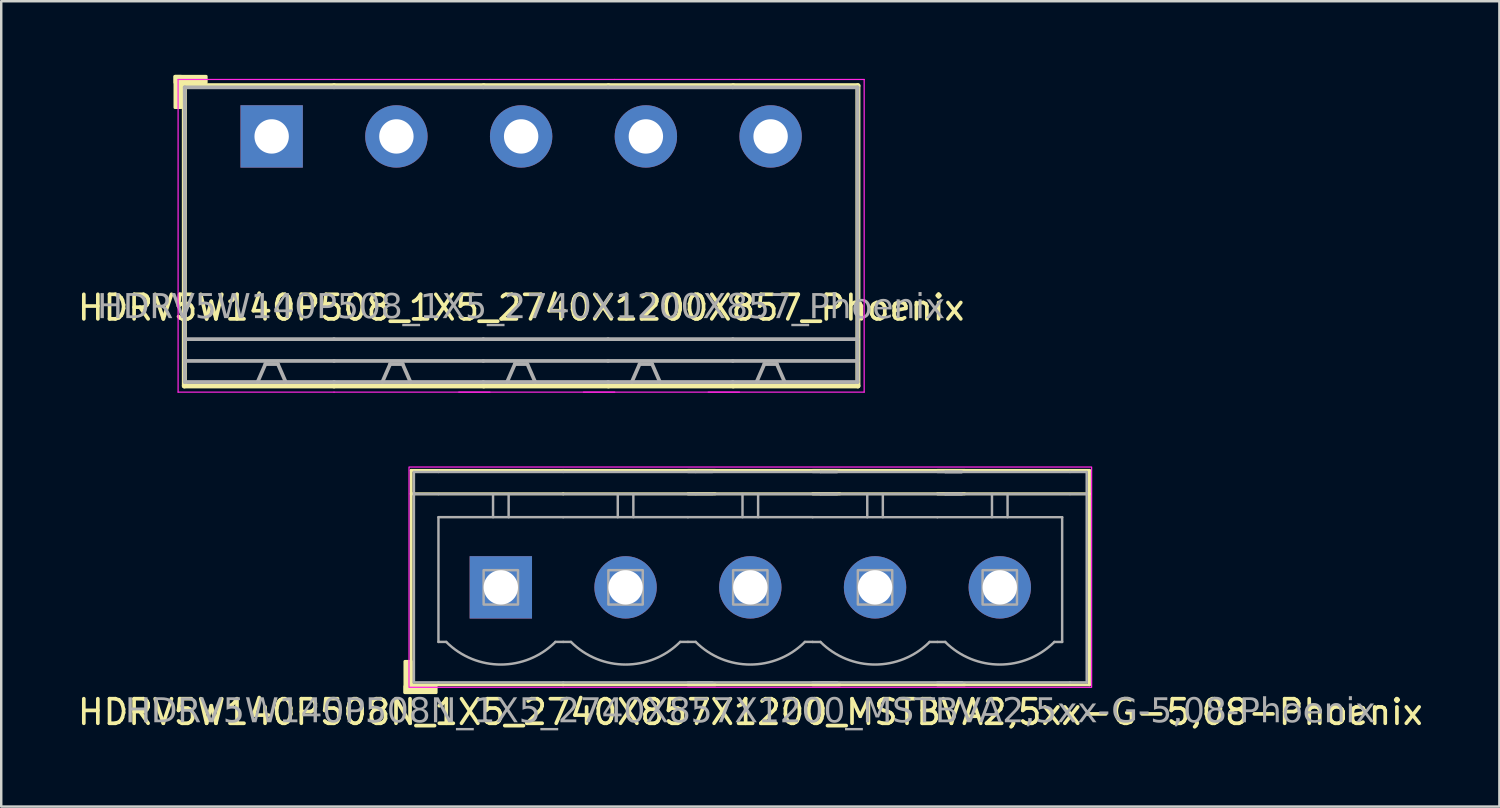
<source format=kicad_pcb>
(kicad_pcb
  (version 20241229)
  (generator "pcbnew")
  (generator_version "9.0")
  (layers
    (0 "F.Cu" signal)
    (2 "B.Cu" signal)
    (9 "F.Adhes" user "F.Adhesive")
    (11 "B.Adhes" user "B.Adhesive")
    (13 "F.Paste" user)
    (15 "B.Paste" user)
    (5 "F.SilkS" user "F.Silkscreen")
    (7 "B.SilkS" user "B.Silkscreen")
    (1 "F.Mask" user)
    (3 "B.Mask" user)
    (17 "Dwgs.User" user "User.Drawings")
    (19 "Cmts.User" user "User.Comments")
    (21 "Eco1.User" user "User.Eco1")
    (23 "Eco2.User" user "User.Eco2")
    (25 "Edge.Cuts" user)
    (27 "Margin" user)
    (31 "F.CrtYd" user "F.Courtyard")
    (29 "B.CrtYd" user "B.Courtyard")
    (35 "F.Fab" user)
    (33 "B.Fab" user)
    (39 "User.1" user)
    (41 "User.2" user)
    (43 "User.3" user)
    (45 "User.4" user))
  (footprint "HDRV5W140P508N_1X5_2740X857X1200_MSTBVA2,5xx-G-5,08-Phoenix"
    (layer "F.Cu")
    (at 27.506 20.87)
    (property "Reference" "HDRV5W140P508N_1X5_2740X857X1200_MSTBVA2,5xx-G-5,08-Phoenix" (at 0 5.08 0) (layer "F.SilkS") (effects (font (size 1 1) (thickness 0.15))))
    (attr through_hole)
    (fp_line (start -13.811 -4.763) (end -13.811 3.969) (stroke (width 0.12) (type solid)) (layer "F.SilkS"))
    (fp_line (start -13.811 -4.763) (end -7.62 -4.763) (stroke (width 0.12) (type solid)) (layer "F.SilkS"))
    (fp_line (start -13.811 -3.81) (end -7.62 -3.81) (stroke (width 0.12) (type solid)) (layer "F.SilkS"))
    (fp_line (start -13.811 3.969) (end -7.62 3.969) (stroke (width 0.12) (type solid)) (layer "F.SilkS"))
    (fp_line (start -1.429 -4.763) (end -7.62 -4.763) (stroke (width 0.12) (type solid)) (layer "F.SilkS"))
    (fp_line (start -1.429 -3.81) (end -7.62 -3.81) (stroke (width 0.12) (type solid)) (layer "F.SilkS"))
    (fp_line (start -1.429 3.969) (end -7.62 3.969) (stroke (width 0.12) (type solid)) (layer "F.SilkS"))
    (fp_line (start 3.651 -4.763) (end -2.54 -4.763) (stroke (width 0.12) (type solid)) (layer "F.SilkS"))
    (fp_line (start 3.651 -3.81) (end -2.54 -3.81) (stroke (width 0.12) (type solid)) (layer "F.SilkS"))
    (fp_line (start 3.651 3.969) (end -2.54 3.969) (stroke (width 0.12) (type solid)) (layer "F.SilkS"))
    (fp_line (start 8.731 -4.763) (end 2.54 -4.763) (stroke (width 0.12) (type solid)) (layer "F.SilkS"))
    (fp_line (start 8.731 -3.81) (end 2.54 -3.81) (stroke (width 0.12) (type solid)) (layer "F.SilkS"))
    (fp_line (start 8.731 3.969) (end 2.54 3.969) (stroke (width 0.12) (type solid)) (layer "F.SilkS"))
    (fp_line (start 13.811 -4.763) (end 7.62 -4.763) (stroke (width 0.12) (type solid)) (layer "F.SilkS"))
    (fp_line (start 13.811 -4.763) (end 13.811 3.969) (stroke (width 0.12) (type solid)) (layer "F.SilkS"))
    (fp_line (start 13.811 -3.81) (end 7.62 -3.81) (stroke (width 0.12) (type solid)) (layer "F.SilkS"))
    (fp_line (start 13.811 3.969) (end 7.62 3.969) (stroke (width 0.12) (type solid)) (layer "F.SilkS"))
    (fp_rect (start -13.811 3.016) (end -14.065 4.286) (stroke (width 0.12) (type solid)) (fill yes) (layer "F.SilkS"))
    (fp_rect (start -12.795 4.286) (end -14.065 4.032) (stroke (width 0.12) (type solid)) (fill yes) (layer "F.SilkS"))
    (fp_rect (start -13.9 -4.9) (end 13.9 4.07) (stroke (width 0.05) (type default)) (fill no) (layer "F.CrtYd"))
    (fp_line (start -13.7 -4.7) (end -13.7 3.87) (stroke (width 0.1) (type solid)) (layer "F.Fab"))
    (fp_line (start -13.7 -3.8) (end -12.7 -3.8) (stroke (width 0.1) (type solid)) (layer "F.Fab"))
    (fp_line (start -12.7 -4.7) (end -13.7 -4.7) (stroke (width 0.1) (type solid)) (layer "F.Fab"))
    (fp_line (start -12.7 -4.7) (end -7.62 -4.7) (stroke (width 0.1) (type solid)) (layer "F.Fab"))
    (fp_line (start -12.7 -2.858) (end -7.62 -2.858) (stroke (width 0.1) (type default)) (layer "F.Fab"))
    (fp_line (start -12.7 2.222) (end -12.7 -2.858) (stroke (width 0.1) (type default)) (layer "F.Fab"))
    (fp_line (start -12.7 3.87) (end -13.7 3.87) (stroke (width 0.1) (type solid)) (layer "F.Fab"))
    (fp_line (start -12.7 3.87) (end -7.62 3.87) (stroke (width 0.1) (type solid)) (layer "F.Fab"))
    (fp_line (start -12.383 2.222) (end -12.7 2.222) (stroke (width 0.1) (type default)) (layer "F.Fab"))
    (fp_line (start -10.477 -3.8) (end -10.477 -2.858) (stroke (width 0.1) (type default)) (layer "F.Fab"))
    (fp_line (start -9.842 -3.8) (end -9.842 -2.858) (stroke (width 0.1) (type default)) (layer "F.Fab"))
    (fp_line (start -7.62 -4.7) (end -2.223 -4.7) (stroke (width 0.1) (type solid)) (layer "F.Fab"))
    (fp_line (start -7.62 -3.8) (end -12.7 -3.8) (stroke (width 0.1) (type solid)) (layer "F.Fab"))
    (fp_line (start -7.62 -2.858) (end -2.54 -2.858) (stroke (width 0.1) (type default)) (layer "F.Fab"))
    (fp_line (start -7.62 2.222) (end -7.938 2.222) (stroke (width 0.1) (type default)) (layer "F.Fab"))
    (fp_line (start -7.62 3.87) (end -2.223 3.87) (stroke (width 0.1) (type solid)) (layer "F.Fab"))
    (fp_line (start -7.303 2.222) (end -7.62 2.222) (stroke (width 0.1) (type default)) (layer "F.Fab"))
    (fp_line (start -5.397 -3.8) (end -5.397 -2.858) (stroke (width 0.1) (type default)) (layer "F.Fab"))
    (fp_line (start -4.763 -3.8) (end -4.763 -2.858) (stroke (width 0.1) (type default)) (layer "F.Fab"))
    (fp_line (start -2.54 -4.7) (end 2.857 -4.7) (stroke (width 0.1) (type solid)) (layer "F.Fab"))
    (fp_line (start -2.54 -2.858) (end 2.54 -2.858) (stroke (width 0.1) (type default)) (layer "F.Fab"))
    (fp_line (start -2.54 2.222) (end -2.857 2.222) (stroke (width 0.1) (type default)) (layer "F.Fab"))
    (fp_line (start -2.54 3.87) (end 2.857 3.87) (stroke (width 0.1) (type solid)) (layer "F.Fab"))
    (fp_line (start -2.223 -4.7) (end -1.54 -4.7) (stroke (width 0.1) (type solid)) (layer "F.Fab"))
    (fp_line (start -2.223 -3.8) (end -7.62 -3.8) (stroke (width 0.1) (type solid)) (layer "F.Fab"))
    (fp_line (start -2.223 2.222) (end -2.54 2.222) (stroke (width 0.1) (type default)) (layer "F.Fab"))
    (fp_line (start -2.223 3.87) (end -1.54 3.87) (stroke (width 0.1) (type solid)) (layer "F.Fab"))
    (fp_line (start -1.54 -3.8) (end -2.223 -3.8) (stroke (width 0.1) (type solid)) (layer "F.Fab"))
    (fp_line (start -0.318 -3.8) (end -0.318 -2.858) (stroke (width 0.1) (type default)) (layer "F.Fab"))
    (fp_line (start 0.318 -3.8) (end 0.318 -2.858) (stroke (width 0.1) (type default)) (layer "F.Fab"))
    (fp_line (start 2.54 -4.7) (end 7.938 -4.7) (stroke (width 0.1) (type solid)) (layer "F.Fab"))
    (fp_line (start 2.54 -2.857) (end 7.62 -2.857) (stroke (width 0.1) (type default)) (layer "F.Fab"))
    (fp_line (start 2.54 2.222) (end 2.223 2.222) (stroke (width 0.1) (type default)) (layer "F.Fab"))
    (fp_line (start 2.54 3.87) (end 7.938 3.87) (stroke (width 0.1) (type solid)) (layer "F.Fab"))
    (fp_line (start 2.857 -4.7) (end 3.54 -4.7) (stroke (width 0.1) (type solid)) (layer "F.Fab"))
    (fp_line (start 2.857 -4.7) (end 3.54 -4.7) (stroke (width 0.1) (type solid)) (layer "F.Fab"))
    (fp_line (start 2.857 -3.8) (end -2.54 -3.8) (stroke (width 0.1) (type solid)) (layer "F.Fab"))
    (fp_line (start 2.857 2.223) (end 2.54 2.223) (stroke (width 0.1) (type default)) (layer "F.Fab"))
    (fp_line (start 2.857 3.87) (end 3.54 3.87) (stroke (width 0.1) (type solid)) (layer "F.Fab"))
    (fp_line (start 2.857 3.87) (end 3.54 3.87) (stroke (width 0.1) (type solid)) (layer "F.Fab"))
    (fp_line (start 3.54 -3.8) (end 2.857 -3.8) (stroke (width 0.1) (type solid)) (layer "F.Fab"))
    (fp_line (start 3.54 -3.8) (end 2.857 -3.8) (stroke (width 0.1) (type solid)) (layer "F.Fab"))
    (fp_line (start 4.763 -3.8) (end 4.763 -2.857) (stroke (width 0.1) (type default)) (layer "F.Fab"))
    (fp_line (start 5.397 -3.8) (end 5.397 -2.857) (stroke (width 0.1) (type default)) (layer "F.Fab"))
    (fp_line (start 7.62 -4.7) (end 13.018 -4.7) (stroke (width 0.1) (type solid)) (layer "F.Fab"))
    (fp_line (start 7.62 -2.857) (end 12.7 -2.857) (stroke (width 0.1) (type default)) (layer "F.Fab"))
    (fp_line (start 7.62 2.223) (end 7.303 2.223) (stroke (width 0.1) (type default)) (layer "F.Fab"))
    (fp_line (start 7.62 3.87) (end 13.018 3.87) (stroke (width 0.1) (type solid)) (layer "F.Fab"))
    (fp_line (start 7.938 -4.7) (end 8.62 -4.7) (stroke (width 0.1) (type solid)) (layer "F.Fab"))
    (fp_line (start 7.938 -4.7) (end 8.62 -4.7) (stroke (width 0.1) (type solid)) (layer "F.Fab"))
    (fp_line (start 7.938 -4.7) (end 8.62 -4.7) (stroke (width 0.1) (type solid)) (layer "F.Fab"))
    (fp_line (start 7.938 -3.8) (end 2.54 -3.8) (stroke (width 0.1) (type solid)) (layer "F.Fab"))
    (fp_line (start 7.938 2.223) (end 7.62 2.223) (stroke (width 0.1) (type default)) (layer "F.Fab"))
    (fp_line (start 7.938 3.87) (end 8.62 3.87) (stroke (width 0.1) (type solid)) (layer "F.Fab"))
    (fp_line (start 7.938 3.87) (end 8.62 3.87) (stroke (width 0.1) (type solid)) (layer "F.Fab"))
    (fp_line (start 7.938 3.87) (end 8.62 3.87) (stroke (width 0.1) (type solid)) (layer "F.Fab"))
    (fp_line (start 8.62 -3.8) (end 7.938 -3.8) (stroke (width 0.1) (type solid)) (layer "F.Fab"))
    (fp_line (start 8.62 -3.8) (end 7.938 -3.8) (stroke (width 0.1) (type solid)) (layer "F.Fab"))
    (fp_line (start 8.62 -3.8) (end 7.938 -3.8) (stroke (width 0.1) (type solid)) (layer "F.Fab"))
    (fp_line (start 9.842 -3.8) (end 9.842 -2.857) (stroke (width 0.1) (type default)) (layer "F.Fab"))
    (fp_line (start 10.477 -3.8) (end 10.477 -2.857) (stroke (width 0.1) (type default)) (layer "F.Fab"))
    (fp_line (start 12.7 2.223) (end 12.383 2.223) (stroke (width 0.1) (type default)) (layer "F.Fab"))
    (fp_line (start 12.7 2.223) (end 12.7 -2.857) (stroke (width 0.1) (type default)) (layer "F.Fab"))
    (fp_line (start 13.018 -4.7) (end 13.7 -4.7) (stroke (width 0.1) (type solid)) (layer "F.Fab"))
    (fp_line (start 13.018 -3.8) (end 7.62 -3.8) (stroke (width 0.1) (type solid)) (layer "F.Fab"))
    (fp_line (start 13.018 3.87) (end 13.7 3.87) (stroke (width 0.1) (type solid)) (layer "F.Fab"))
    (fp_line (start 13.7 -4.7) (end 13.7 3.87) (stroke (width 0.1) (type solid)) (layer "F.Fab"))
    (fp_line (start 13.7 -3.8) (end 13.018 -3.8) (stroke (width 0.1) (type solid)) (layer "F.Fab"))
    (fp_rect (start -9.46 -0.7) (end -10.86 0.7) (stroke (width 0.1) (type solid)) (fill no) (layer "F.Fab"))
    (fp_rect (start -4.38 -0.7) (end -5.78 0.7) (stroke (width 0.1) (type solid)) (fill no) (layer "F.Fab"))
    (fp_rect (start 0.7 -0.7) (end -0.7 0.7) (stroke (width 0.1) (type solid)) (fill no) (layer "F.Fab"))
    (fp_rect (start 5.78 -0.7) (end 4.38 0.7) (stroke (width 0.1) (type solid)) (fill no) (layer "F.Fab"))
    (fp_rect (start 10.86 -0.7) (end 9.46 0.7) (stroke (width 0.1) (type solid)) (fill no) (layer "F.Fab"))
    (fp_arc (start -7.9375 2.222492) (mid -10.16 3.143084) (end -12.3825 2.222492) (stroke (width 0.1) (type default)) (layer "F.Fab"))
    (fp_arc (start -2.8575 2.222492) (mid -5.08 3.143084) (end -7.3025 2.222492) (stroke (width 0.1) (type default)) (layer "F.Fab"))
    (fp_arc (start 2.2225 2.222484) (mid 0 3.143076) (end -2.2225 2.222484) (stroke (width 0.1) (type default)) (layer "F.Fab"))
    (fp_arc (start 7.3025 2.2225) (mid 5.08 3.143092) (end 2.8575 2.2225) (stroke (width 0.1) (type default)) (layer "F.Fab"))
    (fp_arc (start 12.3825 2.2225) (mid 10.16 3.143092) (end 7.9375 2.2225) (stroke (width 0.1) (type default)) (layer "F.Fab"))
    (fp_text user "${REFERENCE}" (at 0 5.08 0) (layer "F.Fab") (effects (font (face "Tahoma") (size 1 1) (thickness 0.15))))
    (pad "1" thru_hole rect (at -10.16 -0.000008) (size 2.54 2.54) (drill 1.4) (layers "*.Cu" "*.Mask"))
    (pad "2" thru_hole circle (at -5.08 -0.000008) (size 2.54 2.54) (drill 1.4) (layers "*.Cu" "*.Mask"))
    (pad "3" thru_hole circle (at 0 -0.000016) (size 2.54 2.54) (drill 1.4) (layers "*.Cu" "*.Mask"))
    (pad "4" thru_hole circle (at 5.08 0) (size 2.54 2.54) (drill 1.4) (layers "*.Cu" "*.Mask"))
    (pad "5" thru_hole circle (at 10.16 0) (size 2.54 2.54) (drill 1.4) (layers "*.Cu" "*.Mask")))
  (footprint "HDRV5W140P508_1X5_2740X1200X857_Phoenix"
    (layer "F.Cu")
    (at 18.173 2.506)
    (property "Reference" "HDRV5W140P508_1X5_2740X1200X857_Phoenix" (at 0 6.975 0) (layer "F.SilkS") (effects (font (size 1 1) (thickness 0.15))))
    (attr through_hole)
    (fp_line (start -13.716 -2.065) (end -13.716 10.16) (stroke (width 0.203) (type solid)) (layer "F.SilkS"))
    (fp_line (start -13.716 10.16) (end -7.62 10.16) (stroke (width 0.203) (type solid)) (layer "F.SilkS"))
    (fp_line (start -7.62 -2.065) (end -13.716 -2.065) (stroke (width 0.203) (type solid)) (layer "F.SilkS"))
    (fp_line (start -7.62 -2.065) (end -1.524 -2.065) (stroke (width 0.203) (type solid)) (layer "F.SilkS"))
    (fp_line (start -1.524 -2.065) (end 3.556 -2.065) (stroke (width 0.203) (type solid)) (layer "F.SilkS"))
    (fp_line (start -1.524 10.16) (end -7.62 10.16) (stroke (width 0.203) (type solid)) (layer "F.SilkS"))
    (fp_line (start 3.556 -2.065) (end 8.636 -2.065) (stroke (width 0.203) (type solid)) (layer "F.SilkS"))
    (fp_line (start 3.556 10.16) (end -1.524 10.16) (stroke (width 0.203) (type solid)) (layer "F.SilkS"))
    (fp_line (start 8.636 -2.065) (end 13.716 -2.065) (stroke (width 0.203) (type solid)) (layer "F.SilkS"))
    (fp_line (start 8.636 10.16) (end 3.556 10.16) (stroke (width 0.203) (type solid)) (layer "F.SilkS"))
    (fp_line (start 13.716 -2.065) (end 13.716 10.16) (stroke (width 0.203) (type solid)) (layer "F.SilkS"))
    (fp_line (start 13.716 10.16) (end 8.636 10.16) (stroke (width 0.203) (type solid)) (layer "F.SilkS"))
    (fp_rect (start -14.097 -2.446) (end -13.843 -1.176) (stroke (width 0.12) (type solid)) (fill yes) (layer "F.SilkS"))
    (fp_rect (start -14.097 -2.446) (end -12.827 -2.192) (stroke (width 0.12) (type solid)) (fill yes) (layer "F.SilkS"))
    (fp_line (start -13.97 10.414) (end -13.97 -2.319) (stroke (width 0.05) (type solid)) (layer "F.CrtYd"))
    (fp_line (start -7.62 -2.319) (end -13.97 -2.319) (stroke (width 0.05) (type solid)) (layer "F.CrtYd"))
    (fp_line (start -7.62 -2.319) (end -1.27 -2.319) (stroke (width 0.05) (type solid)) (layer "F.CrtYd"))
    (fp_line (start -7.62 10.414) (end -13.97 10.414) (stroke (width 0.05) (type solid)) (layer "F.CrtYd"))
    (fp_line (start -7.62 10.414) (end -1.27 10.414) (stroke (width 0.05) (type solid)) (layer "F.CrtYd"))
    (fp_line (start -2.54 10.414) (end 3.81 10.414) (stroke (width 0.05) (type solid)) (layer "F.CrtYd"))
    (fp_line (start -1.27 -2.319) (end 3.81 -2.319) (stroke (width 0.05) (type solid)) (layer "F.CrtYd"))
    (fp_line (start 2.54 10.414) (end 8.89 10.414) (stroke (width 0.05) (type solid)) (layer "F.CrtYd"))
    (fp_line (start 3.81 -2.319) (end 8.89 -2.319) (stroke (width 0.05) (type solid)) (layer "F.CrtYd"))
    (fp_line (start 7.62 10.414) (end 13.97 10.414) (stroke (width 0.05) (type solid)) (layer "F.CrtYd"))
    (fp_line (start 8.89 -2.319) (end 13.97 -2.319) (stroke (width 0.05) (type solid)) (layer "F.CrtYd"))
    (fp_line (start 13.97 10.414) (end 13.97 -2.319) (stroke (width 0.05) (type solid)) (layer "F.CrtYd"))
    (fp_line (start -13.7 -2) (end -13.7 10) (stroke (width 0.152) (type solid)) (layer "F.Fab"))
    (fp_line (start -10.414 9.271) (end -10.732 10) (stroke (width 0.152) (type default)) (layer "F.Fab"))
    (fp_line (start -9.906 9.271) (end -10.414 9.271) (stroke (width 0.152) (type default)) (layer "F.Fab"))
    (fp_line (start -9.906 9.271) (end -9.588 10) (stroke (width 0.152) (type default)) (layer "F.Fab"))
    (fp_line (start -7.62 -2) (end -13.7 -2) (stroke (width 0.152) (type solid)) (layer "F.Fab"))
    (fp_line (start -7.62 -2) (end -1.54 -2) (stroke (width 0.152) (type solid)) (layer "F.Fab"))
    (fp_line (start -7.62 8.255) (end -13.7 8.255) (stroke (width 0.152) (type solid)) (layer "F.Fab"))
    (fp_line (start -7.62 8.255) (end -1.54 8.255) (stroke (width 0.152) (type solid)) (layer "F.Fab"))
    (fp_line (start -7.62 9.144) (end -13.7 9.144) (stroke (width 0.152) (type solid)) (layer "F.Fab"))
    (fp_line (start -7.62 9.144) (end -1.54 9.144) (stroke (width 0.152) (type solid)) (layer "F.Fab"))
    (fp_line (start -7.62 10) (end -13.7 10) (stroke (width 0.152) (type solid)) (layer "F.Fab"))
    (fp_line (start -7.62 10) (end -1.54 10) (stroke (width 0.152) (type solid)) (layer "F.Fab"))
    (fp_line (start -5.334 9.271) (end -5.652 10) (stroke (width 0.152) (type default)) (layer "F.Fab"))
    (fp_line (start -4.826 9.271) (end -5.334 9.271) (stroke (width 0.152) (type default)) (layer "F.Fab"))
    (fp_line (start -4.826 9.271) (end -4.508 10) (stroke (width 0.152) (type default)) (layer "F.Fab"))
    (fp_line (start -1.54 -2) (end 3.54 -2) (stroke (width 0.152) (type solid)) (layer "F.Fab"))
    (fp_line (start -1.54 8.255) (end 3.54 8.255) (stroke (width 0.152) (type solid)) (layer "F.Fab"))
    (fp_line (start -1.54 9.144) (end 3.54 9.144) (stroke (width 0.152) (type solid)) (layer "F.Fab"))
    (fp_line (start -1.54 10) (end 3.54 10) (stroke (width 0.152) (type solid)) (layer "F.Fab"))
    (fp_line (start -0.254 9.271) (end -0.572 10) (stroke (width 0.152) (type default)) (layer "F.Fab"))
    (fp_line (start 0.254 9.271) (end -0.254 9.271) (stroke (width 0.152) (type default)) (layer "F.Fab"))
    (fp_line (start 0.254 9.271) (end 0.572 10) (stroke (width 0.152) (type default)) (layer "F.Fab"))
    (fp_line (start 3.54 -2) (end 8.62 -2) (stroke (width 0.152) (type solid)) (layer "F.Fab"))
    (fp_line (start 3.54 8.255) (end 8.62 8.255) (stroke (width 0.152) (type solid)) (layer "F.Fab"))
    (fp_line (start 3.54 9.144) (end 8.62 9.144) (stroke (width 0.152) (type solid)) (layer "F.Fab"))
    (fp_line (start 3.54 10) (end 8.62 10) (stroke (width 0.152) (type solid)) (layer "F.Fab"))
    (fp_line (start 4.826 9.271) (end 4.508 10) (stroke (width 0.152) (type default)) (layer "F.Fab"))
    (fp_line (start 5.334 9.271) (end 4.826 9.271) (stroke (width 0.152) (type default)) (layer "F.Fab"))
    (fp_line (start 5.334 9.271) (end 5.652 10) (stroke (width 0.152) (type default)) (layer "F.Fab"))
    (fp_line (start 8.62 -2) (end 13.7 -2) (stroke (width 0.152) (type solid)) (layer "F.Fab"))
    (fp_line (start 8.62 8.255) (end 13.7 8.255) (stroke (width 0.152) (type solid)) (layer "F.Fab"))
    (fp_line (start 8.62 9.144) (end 13.7 9.144) (stroke (width 0.152) (type solid)) (layer "F.Fab"))
    (fp_line (start 8.62 10) (end 13.7 10) (stroke (width 0.152) (type solid)) (layer "F.Fab"))
    (fp_line (start 9.906 9.271) (end 9.588 10) (stroke (width 0.152) (type default)) (layer "F.Fab"))
    (fp_line (start 10.414 9.271) (end 9.906 9.271) (stroke (width 0.152) (type default)) (layer "F.Fab"))
    (fp_line (start 10.414 9.271) (end 10.732 10) (stroke (width 0.152) (type default)) (layer "F.Fab"))
    (fp_line (start 13.7 -2) (end 13.7 10) (stroke (width 0.152) (type solid)) (layer "F.Fab"))
    (fp_rect (start -10.414 -0.254) (end -9.906 0.254) (stroke (width 0.152) (type solid)) (fill no) (layer "F.Fab"))
    (fp_rect (start -4.826 -0.254) (end -5.334 0.254) (stroke (width 0.152) (type solid)) (fill no) (layer "F.Fab"))
    (fp_rect (start 0.254 -0.254) (end -0.254 0.254) (stroke (width 0.152) (type solid)) (fill no) (layer "F.Fab"))
    (fp_rect (start 5.334 -0.254) (end 4.826 0.254) (stroke (width 0.152) (type solid)) (fill no) (layer "F.Fab"))
    (fp_rect (start 10.414 -0.254) (end 9.906 0.254) (stroke (width 0.152) (type solid)) (fill no) (layer "F.Fab"))
    (fp_text user "${REFERENCE}" (at 0 6.985 0) (layer "F.Fab") (effects (font (face "Tahoma") (size 1 1) (thickness 0.15))))
    (pad "1" thru_hole rect (at -10.16 0) (size 2.54 2.54) (drill 1.4) (layers "*.Cu" "*.Mask"))
    (pad "2" thru_hole circle (at -5.08 0) (size 2.54 2.54) (drill 1.4) (layers "*.Cu" "*.Mask"))
    (pad "3" thru_hole circle (at 0 0) (size 2.54 2.54) (drill 1.4) (layers "*.Cu" "*.Mask"))
    (pad "4" thru_hole circle (at 5.08 0) (size 2.54 2.54) (drill 1.4) (layers "*.Cu" "*.Mask"))
    (pad "5" thru_hole circle (at 10.16 0) (size 2.54 2.54) (drill 1.4) (layers "*.Cu" "*.Mask")))
  (gr_rect
    (start -3 -3)
    (end 58.012 29.798)
    (stroke (width 0.1) (type default))
    (fill no)
    (layer "Edge.Cuts")))
</source>
